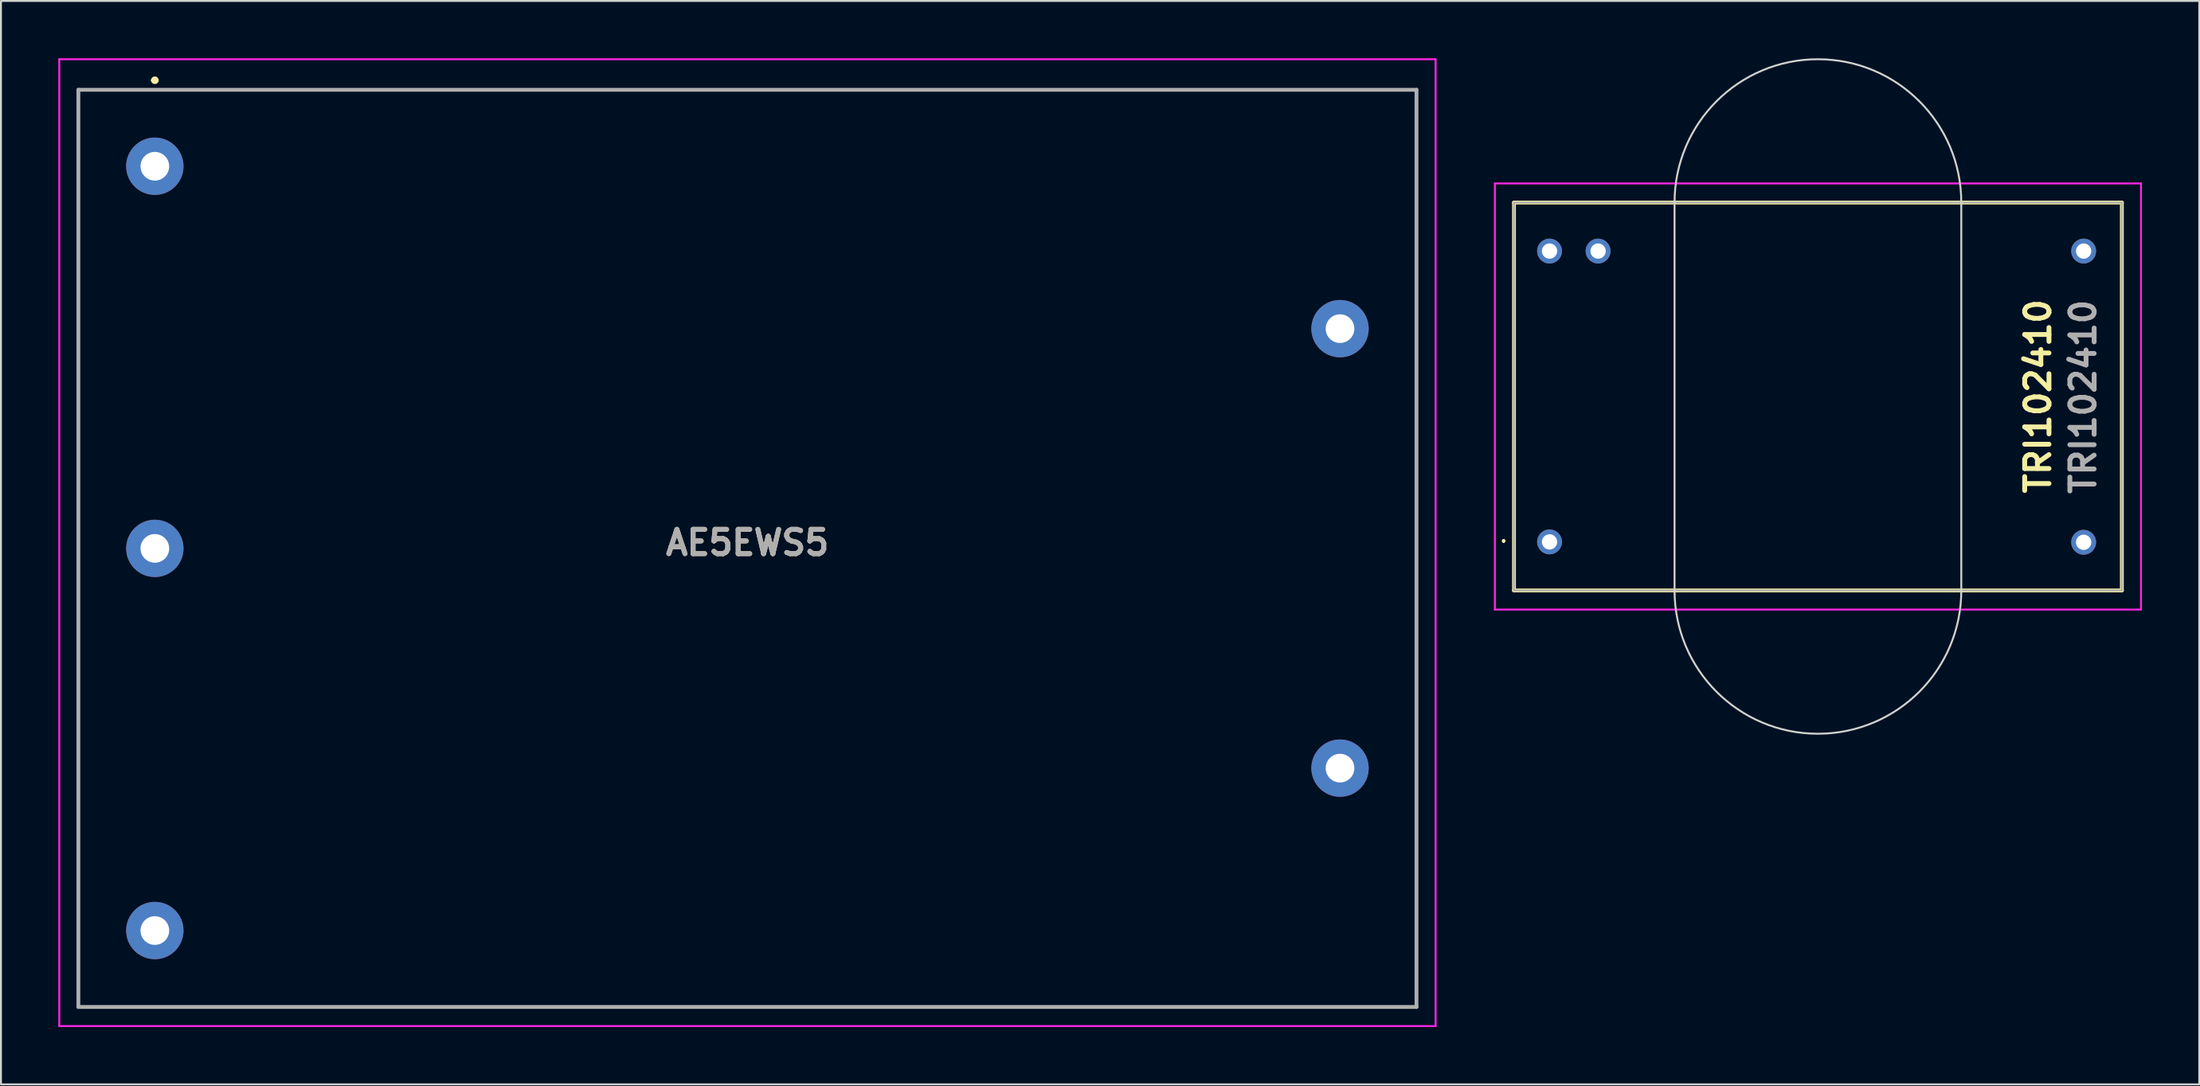
<source format=kicad_pcb>
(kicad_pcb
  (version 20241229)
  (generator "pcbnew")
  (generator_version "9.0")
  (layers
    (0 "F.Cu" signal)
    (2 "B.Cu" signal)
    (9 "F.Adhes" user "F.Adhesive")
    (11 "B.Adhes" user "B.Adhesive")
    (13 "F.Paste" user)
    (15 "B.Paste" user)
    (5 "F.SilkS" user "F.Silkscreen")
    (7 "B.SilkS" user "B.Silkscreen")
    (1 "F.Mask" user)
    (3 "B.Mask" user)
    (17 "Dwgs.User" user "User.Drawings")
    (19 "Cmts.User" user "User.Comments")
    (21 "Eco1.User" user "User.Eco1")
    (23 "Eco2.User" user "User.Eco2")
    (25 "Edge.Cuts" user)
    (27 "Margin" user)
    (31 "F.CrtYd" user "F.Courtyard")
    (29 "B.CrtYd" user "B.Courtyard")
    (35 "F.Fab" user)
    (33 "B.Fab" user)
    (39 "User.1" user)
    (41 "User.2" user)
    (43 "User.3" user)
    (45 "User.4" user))
  (footprint "AE5EWS5"
    (layer "F.Cu")
    (at 5.05 5.65)
    (property "Reference" "AE5EWS5" (at 31 19.7 0) (layer "F.SilkS") (effects (font (size 1.27 1.27) (thickness 0.254))))
    (attr through_hole)
    (fp_line (start -4 -4) (end 66 -4) (stroke (width 0.1) (type solid)) (layer "F.SilkS"))
    (fp_line (start -4 44) (end -4 -4) (stroke (width 0.1) (type solid)) (layer "F.SilkS"))
    (fp_line (start -0.1 -4.5) (end -0.1 -4.5) (stroke (width 0.2) (type solid)) (layer "F.SilkS"))
    (fp_line (start 0.1 -4.5) (end 0.1 -4.5) (stroke (width 0.2) (type solid)) (layer "F.SilkS"))
    (fp_line (start 66 -4) (end 66 44) (stroke (width 0.1) (type solid)) (layer "F.SilkS"))
    (fp_line (start 66 44) (end -4 44) (stroke (width 0.1) (type solid)) (layer "F.SilkS"))
    (fp_arc (start -0.1 -4.5) (mid 0 -4.6) (end 0.1 -4.5) (stroke (width 0.2) (type solid)) (layer "F.SilkS"))
    (fp_arc (start 0.1 -4.5) (mid 0 -4.4) (end -0.1 -4.5) (stroke (width 0.2) (type solid)) (layer "F.SilkS"))
    (fp_line (start -5 -5.6) (end 67 -5.6) (stroke (width 0.1) (type solid)) (layer "F.CrtYd"))
    (fp_line (start -5 45) (end -5 -5.6) (stroke (width 0.1) (type solid)) (layer "F.CrtYd"))
    (fp_line (start 67 -5.6) (end 67 45) (stroke (width 0.1) (type solid)) (layer "F.CrtYd"))
    (fp_line (start 67 45) (end -5 45) (stroke (width 0.1) (type solid)) (layer "F.CrtYd"))
    (fp_line (start -4 -4) (end 66 -4) (stroke (width 0.2) (type solid)) (layer "F.Fab"))
    (fp_line (start -4 44) (end -4 -4) (stroke (width 0.2) (type solid)) (layer "F.Fab"))
    (fp_line (start 66 -4) (end 66 44) (stroke (width 0.2) (type solid)) (layer "F.Fab"))
    (fp_line (start 66 44) (end -4 44) (stroke (width 0.2) (type solid)) (layer "F.Fab"))
    (fp_text user "${REFERENCE}" (at 31 19.7 0) (layer "F.Fab") (effects (font (size 1.27 1.27) (thickness 0.254))))
    (pad "1" thru_hole circle (at 0 0) (size 3 3) (drill 1.5) (layers "*.Cu" "*.Mask"))
    (pad "2" thru_hole circle (at 0 20) (size 3 3) (drill 1.5) (layers "*.Cu" "*.Mask"))
    (pad "3" thru_hole circle (at 0 40) (size 3 3) (drill 1.5) (layers "*.Cu" "*.Mask"))
    (pad "4" thru_hole circle (at 62 31.5) (size 3 3) (drill 1.5) (layers "*.Cu" "*.Mask"))
    (pad "5" thru_hole circle (at 62 8.5) (size 3 3) (drill 1.5) (layers "*.Cu" "*.Mask")))
  (footprint "TRI102410"
    (layer "F.Cu")
    (at 78.01 25.31)
    (property "Reference" "TRI102410" (at 25.552 -7.62 270) (layer "F.SilkS") (effects (font (size 1.27 1.27) (thickness 0.254))))
    (attr through_hole)
    (fp_line (start -2.4 -0.1) (end -2.4 -0.1) (stroke (width 0.1) (type solid)) (layer "F.SilkS"))
    (fp_line (start -2.4 0) (end -2.4 0) (stroke (width 0.1) (type solid)) (layer "F.SilkS"))
    (fp_line (start -1.86 -17.76) (end -1.86 2.54) (stroke (width 0.2) (type solid)) (layer "F.SilkS"))
    (fp_line (start -1.86 2.54) (end 29.94 2.54) (stroke (width 0.2) (type solid)) (layer "F.SilkS"))
    (fp_line (start 29.94 -17.76) (end -1.86 -17.76) (stroke (width 0.2) (type solid)) (layer "F.SilkS"))
    (fp_line (start 29.94 2.54) (end 29.94 -17.76) (stroke (width 0.2) (type solid)) (layer "F.SilkS"))
    (fp_arc (start -2.4 -0.1) (mid -2.35 -0.05) (end -2.4 0) (stroke (width 0.1) (type solid)) (layer "F.SilkS"))
    (fp_arc (start -2.4 0) (mid -2.45 -0.05) (end -2.4 -0.1) (stroke (width 0.1) (type solid)) (layer "F.SilkS"))
    (fp_line (start 6.54 2.54) (end 6.54 -17.76) (stroke (width 0.1) (type default)) (layer "Edge.Cuts"))
    (fp_line (start 21.54 2.54) (end 21.54 -17.76) (stroke (width 0.1) (type default)) (layer "Edge.Cuts"))
    (fp_arc (start 6.54 -17.76) (mid 14.04 -25.26) (end 21.54 -17.76) (stroke (width 0.1) (type default)) (layer "Edge.Cuts"))
    (fp_arc (start 21.54 2.54) (mid 14.04 10.04) (end 6.54 2.54) (stroke (width 0.1) (type default)) (layer "Edge.Cuts"))
    (fp_line (start -2.86 -18.76) (end -2.86 3.54) (stroke (width 0.1) (type solid)) (layer "F.CrtYd"))
    (fp_line (start -2.86 3.54) (end 30.94 3.54) (stroke (width 0.1) (type solid)) (layer "F.CrtYd"))
    (fp_line (start 30.94 -18.76) (end -2.86 -18.76) (stroke (width 0.1) (type solid)) (layer "F.CrtYd"))
    (fp_line (start 30.94 3.54) (end 30.94 -18.76) (stroke (width 0.1) (type solid)) (layer "F.CrtYd"))
    (fp_line (start -1.86 -17.76) (end -1.86 2.54) (stroke (width 0.1) (type solid)) (layer "F.Fab"))
    (fp_line (start -1.86 2.54) (end 29.94 2.54) (stroke (width 0.1) (type solid)) (layer "F.Fab"))
    (fp_line (start 29.94 -17.76) (end -1.86 -17.76) (stroke (width 0.1) (type solid)) (layer "F.Fab"))
    (fp_line (start 29.94 2.54) (end 29.94 -17.76) (stroke (width 0.1) (type solid)) (layer "F.Fab"))
    (fp_text user "${REFERENCE}" (at 27.915 -7.595 270) (layer "F.Fab") (effects (font (size 1.27 1.27) (thickness 0.254))))
    (pad "1" thru_hole circle (at 0 0) (size 1.3 1.3) (drill 0.8) (layers "*.Cu" "*.Mask"))
    (pad "12" thru_hole circle (at 27.94 0.02) (size 1.3 1.3) (drill 0.8) (layers "*.Cu" "*.Mask"))
    (pad "13" thru_hole circle (at 27.94 -15.22) (size 1.3 1.3) (drill 0.8) (layers "*.Cu" "*.Mask"))
    (pad "23" thru_hole circle (at 2.54 -15.22) (size 1.3 1.3) (drill 0.8) (layers "*.Cu" "*.Mask"))
    (pad "24" thru_hole circle (at 0 -15.22) (size 1.3 1.3) (drill 0.8) (layers "*.Cu" "*.Mask")))
  (gr_rect
    (start -3 -3)
    (end 112 53.7)
    (stroke (width 0.1) (type default))
    (fill no)
    (layer "Edge.Cuts")))
</source>
